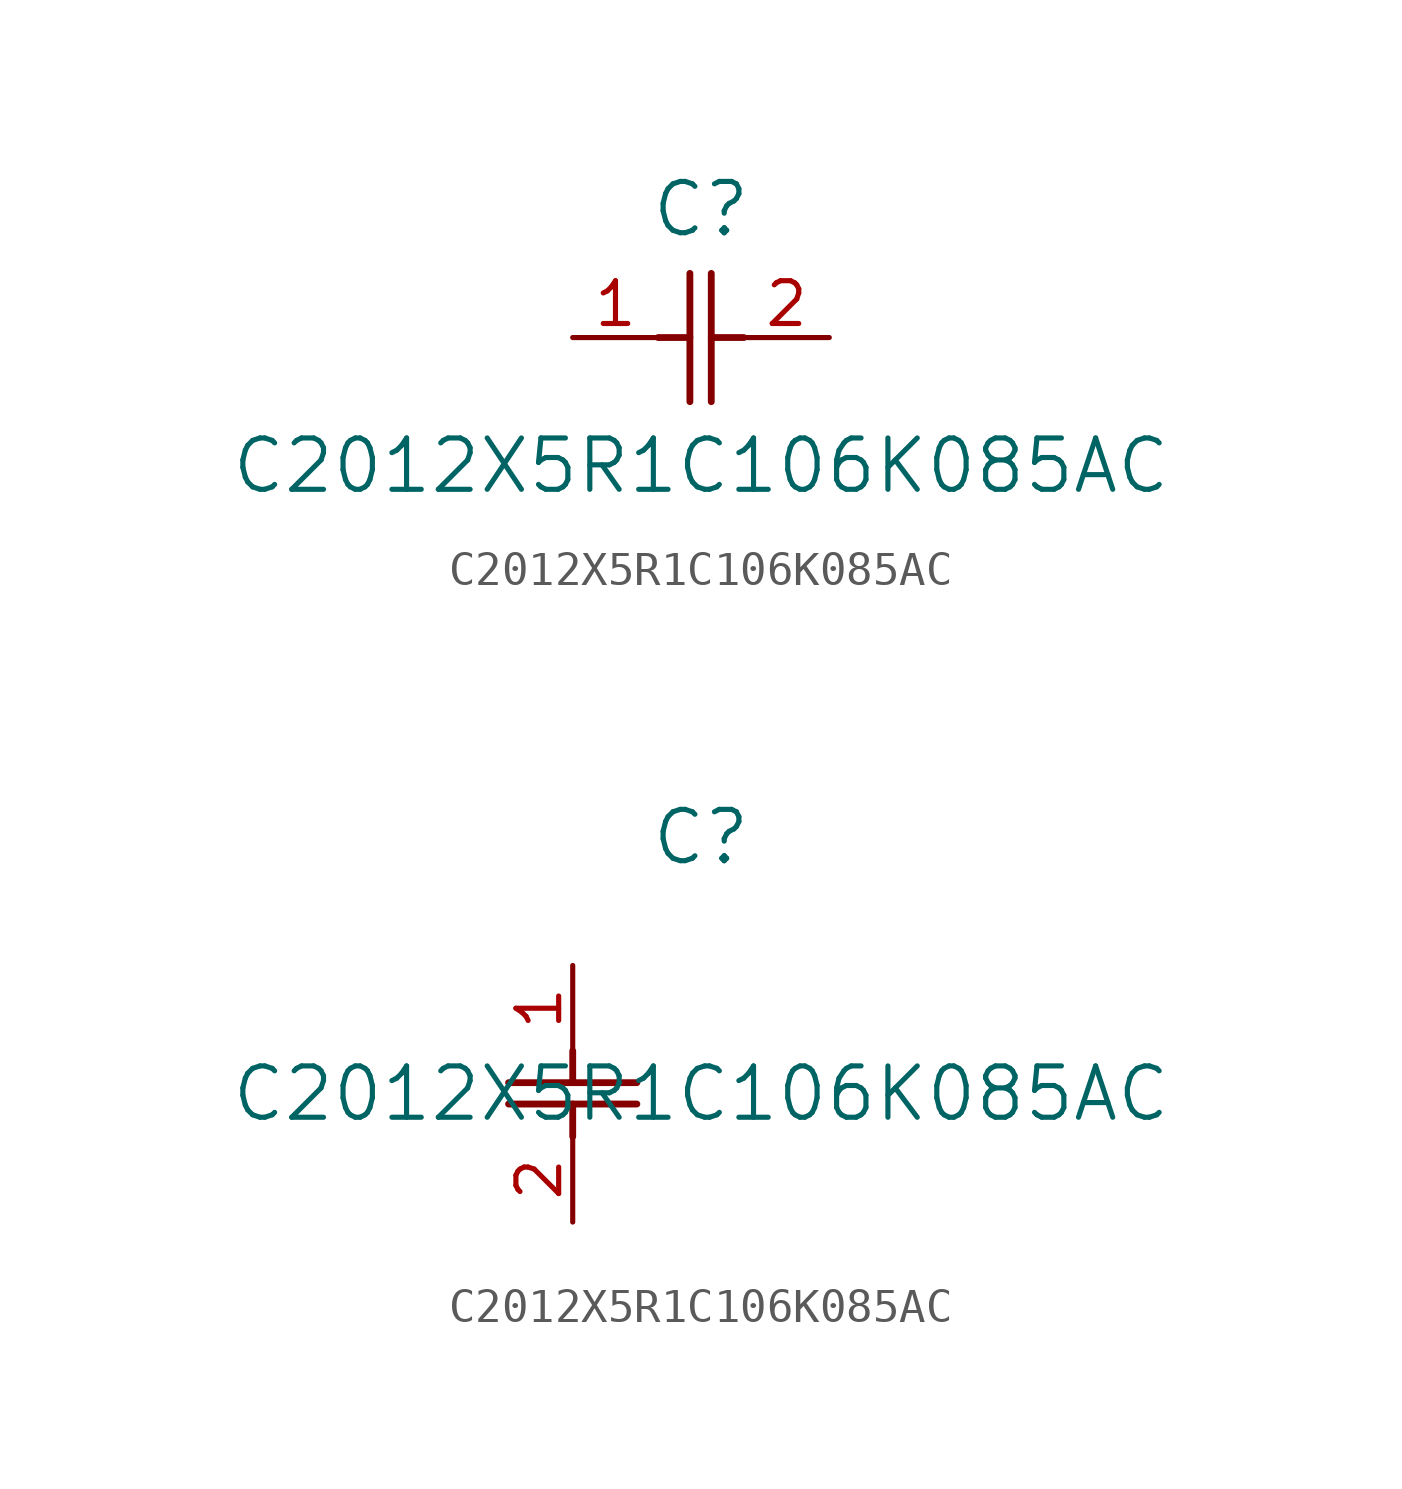
<source format=kicad_sym>
(kicad_symbol_lib
  (version 20211014)
  (generator kicad_symbol_editor)
  (symbol "C2012X5R1C106K085AC"
    (pin_names
      (offset 0.254))
    (property "Reference" "C"
      (at 3.81 3.81 0)
      (effects (font (size 1.524 1.524))))
    (property "Value" "C2012X5R1C106K085AC"
      (at 3.81 -3.81 0)
      (effects (font (size 1.524 1.524))))
    (symbol "C2012X5R1C106K085AC_1_1"
      (polyline (pts (xy 3.48 -1.905) (xy 3.48 1.905)) (stroke (width 0.203) (type default) (color 0 0 0 0)) (fill (type none)))
      (polyline (pts (xy 4.115 -1.905) (xy 4.115 1.905)) (stroke (width 0.203) (type default) (color 0 0 0 0)) (fill (type none)))
      (polyline (pts (xy 4.115 0) (xy 5.08 0)) (stroke (width 0.203) (type default) (color 0 0 0 0)) (fill (type none)))
      (polyline (pts (xy 2.54 0) (xy 3.48 0)) (stroke (width 0.203) (type default) (color 0 0 0 0)) (fill (type none)))
      (pin unspecified line (at 0 0 0) (length 2.54) (name "" (effects (font (size 1.27 1.27)))) (number "1" (effects (font (size 1.27 1.27)))))
      (pin unspecified line (at 7.62 0 180) (length 2.54) (name "" (effects (font (size 1.27 1.27)))) (number "2" (effects (font (size 1.27 1.27))))))
    (symbol "C2012X5R1C106K085AC_1_2"
      (polyline (pts (xy -1.905 -3.48) (xy 1.905 -3.48)) (stroke (width 0.203) (type default) (color 0 0 0 0)) (fill (type none)))
      (polyline (pts (xy -1.905 -4.115) (xy 1.905 -4.115)) (stroke (width 0.203) (type default) (color 0 0 0 0)) (fill (type none)))
      (polyline (pts (xy 0 -4.115) (xy 0 -5.08)) (stroke (width 0.203) (type default) (color 0 0 0 0)) (fill (type none)))
      (polyline (pts (xy 0 -2.54) (xy 0 -3.48)) (stroke (width 0.203) (type default) (color 0 0 0 0)) (fill (type none)))
      (pin unspecified line (at 0 0 270) (length 2.54) (name "" (effects (font (size 1.27 1.27)))) (number "1" (effects (font (size 1.27 1.27)))))
      (pin unspecified line (at 0 -7.62 90) (length 2.54) (name "" (effects (font (size 1.27 1.27)))) (number "2" (effects (font (size 1.27 1.27))))))))
</source>
